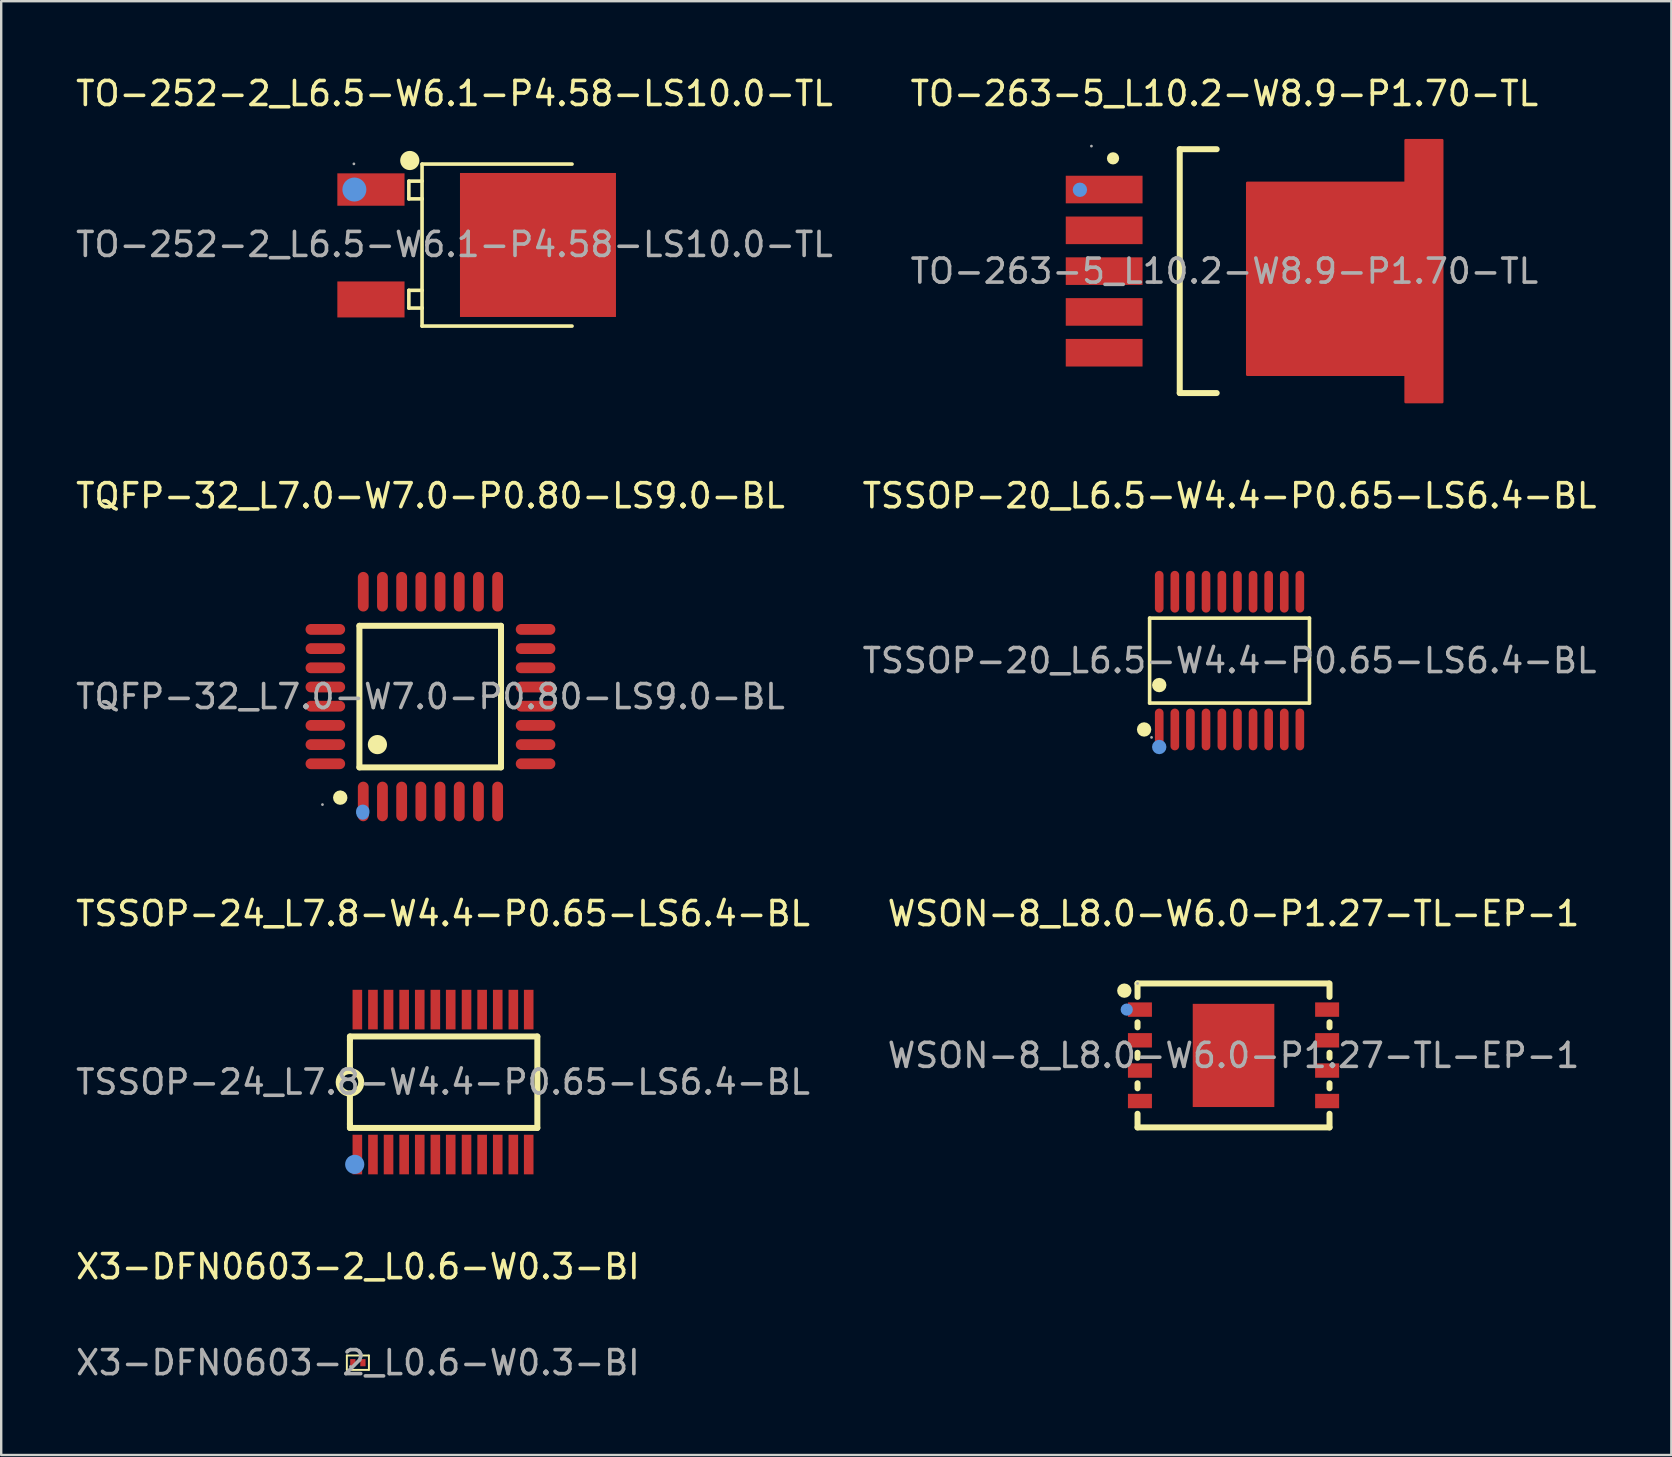
<source format=kicad_pcb>
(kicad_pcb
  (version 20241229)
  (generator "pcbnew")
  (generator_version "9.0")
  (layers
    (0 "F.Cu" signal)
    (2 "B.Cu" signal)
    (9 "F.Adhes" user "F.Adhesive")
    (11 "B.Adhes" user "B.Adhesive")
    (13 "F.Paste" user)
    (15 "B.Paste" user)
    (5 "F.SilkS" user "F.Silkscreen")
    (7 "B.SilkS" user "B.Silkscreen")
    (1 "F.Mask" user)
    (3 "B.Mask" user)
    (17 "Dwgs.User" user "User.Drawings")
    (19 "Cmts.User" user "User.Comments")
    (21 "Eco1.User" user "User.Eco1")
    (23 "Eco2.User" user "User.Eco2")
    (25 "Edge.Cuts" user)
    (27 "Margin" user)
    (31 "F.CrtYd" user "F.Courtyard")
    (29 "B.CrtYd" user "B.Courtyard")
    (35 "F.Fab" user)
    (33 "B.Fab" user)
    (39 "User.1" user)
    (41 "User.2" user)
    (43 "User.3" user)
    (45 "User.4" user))
  (footprint "TSSOP-20_L6.5-W4.4-P0.65-LS6.4-BL"
    (layer "F.Cu")
    (at 48.185 24.477)
    (property "Reference" "TSSOP-20_L6.5-W4.4-P0.65-LS6.4-BL" (at 0 -6.87 0) (layer "F.SilkS") (effects (font (size 1 1) (thickness 0.15))))
    (attr smd)
    (fp_line (start -3.33 -1.77) (end 3.33 -1.77) (stroke (width 0.15) (type solid)) (layer "F.SilkS"))
    (fp_line (start -3.33 1.77) (end -3.33 -1.77) (stroke (width 0.15) (type solid)) (layer "F.SilkS"))
    (fp_line (start 3.33 -1.77) (end 3.33 1.77) (stroke (width 0.15) (type solid)) (layer "F.SilkS"))
    (fp_line (start 3.33 1.77) (end -3.33 1.77) (stroke (width 0.15) (type solid)) (layer "F.SilkS"))
    (fp_circle (center -3.56 2.87) (end -3.41 2.87) (stroke (width 0.3) (type solid)) (fill no) (layer "F.SilkS"))
    (fp_circle (center -2.93 1.02) (end -2.78 1.02) (stroke (width 0.3) (type solid)) (fill no) (layer "F.SilkS"))
    (fp_circle (center -2.93 3.6) (end -2.78 3.6) (stroke (width 0.3) (type solid)) (fill no) (layer "Cmts.User"))
    (fp_circle (center -3.25 3.2) (end -3.22 3.2) (stroke (width 0.06) (type solid)) (fill no) (layer "F.Fab"))
    (fp_text user "${REFERENCE}" (at 0 0 0) (layer "F.Fab") (effects (font (size 1 1) (thickness 0.15))))
    (pad "1" smd oval (at -2.93 2.87) (size 0.36 1.74) (layers "F.Cu" "F.Mask" "F.Paste"))
    (pad "2" smd oval (at -2.28 2.87) (size 0.36 1.74) (layers "F.Cu" "F.Mask" "F.Paste"))
    (pad "3" smd oval (at -1.63 2.87) (size 0.36 1.74) (layers "F.Cu" "F.Mask" "F.Paste"))
    (pad "4" smd oval (at -0.98 2.87) (size 0.36 1.74) (layers "F.Cu" "F.Mask" "F.Paste"))
    (pad "5" smd oval (at -0.32 2.87) (size 0.36 1.74) (layers "F.Cu" "F.Mask" "F.Paste"))
    (pad "6" smd oval (at 0.33 2.87) (size 0.36 1.74) (layers "F.Cu" "F.Mask" "F.Paste"))
    (pad "7" smd oval (at 0.98 2.87) (size 0.36 1.74) (layers "F.Cu" "F.Mask" "F.Paste"))
    (pad "8" smd oval (at 1.63 2.87) (size 0.36 1.74) (layers "F.Cu" "F.Mask" "F.Paste"))
    (pad "9" smd oval (at 2.28 2.87) (size 0.36 1.74) (layers "F.Cu" "F.Mask" "F.Paste"))
    (pad "10" smd oval (at 2.93 2.87) (size 0.36 1.74) (layers "F.Cu" "F.Mask" "F.Paste"))
    (pad "11" smd oval (at 2.93 -2.87) (size 0.36 1.74) (layers "F.Cu" "F.Mask" "F.Paste"))
    (pad "12" smd oval (at 2.28 -2.87) (size 0.36 1.74) (layers "F.Cu" "F.Mask" "F.Paste"))
    (pad "13" smd oval (at 1.63 -2.87) (size 0.36 1.74) (layers "F.Cu" "F.Mask" "F.Paste"))
    (pad "14" smd oval (at 0.98 -2.87) (size 0.36 1.74) (layers "F.Cu" "F.Mask" "F.Paste"))
    (pad "15" smd oval (at 0.33 -2.87) (size 0.36 1.74) (layers "F.Cu" "F.Mask" "F.Paste"))
    (pad "16" smd oval (at -0.32 -2.87) (size 0.36 1.74) (layers "F.Cu" "F.Mask" "F.Paste"))
    (pad "17" smd oval (at -0.98 -2.87) (size 0.36 1.74) (layers "F.Cu" "F.Mask" "F.Paste"))
    (pad "18" smd oval (at -1.63 -2.87) (size 0.36 1.74) (layers "F.Cu" "F.Mask" "F.Paste"))
    (pad "19" smd oval (at -2.28 -2.87) (size 0.36 1.74) (layers "F.Cu" "F.Mask" "F.Paste"))
    (pad "20" smd oval (at -2.93 -2.87) (size 0.36 1.74) (layers "F.Cu" "F.Mask" "F.Paste")))
  (footprint "TSSOP-24_L7.8-W4.4-P0.65-LS6.4-BL"
    (layer "F.Cu")
    (at 15.411 42.04)
    (property "Reference" "TSSOP-24_L7.8-W4.4-P0.65-LS6.4-BL" (at 0 -7.02 0) (layer "F.SilkS") (effects (font (size 1 1) (thickness 0.15))))
    (attr smd)
    (fp_line (start -3.88 -1.9) (end 3.93 -1.9) (stroke (width 0.25) (type solid)) (layer "F.SilkS"))
    (fp_line (start -3.88 -1.75) (end -3.88 -1.9) (stroke (width 0.25) (type solid)) (layer "F.SilkS"))
    (fp_line (start -3.88 -0.48) (end -3.88 -1.75) (stroke (width 0.25) (type solid)) (layer "F.SilkS"))
    (fp_line (start -3.88 1.75) (end -3.88 0.48) (stroke (width 0.25) (type solid)) (layer "F.SilkS"))
    (fp_line (start -3.88 1.75) (end -3.88 1.91) (stroke (width 0.25) (type solid)) (layer "F.SilkS"))
    (fp_line (start -3.88 1.91) (end 3.93 1.91) (stroke (width 0.25) (type solid)) (layer "F.SilkS"))
    (fp_line (start 3.93 -1.9) (end 3.93 1.91) (stroke (width 0.25) (type solid)) (layer "F.SilkS"))
    (fp_arc (start -3.888203 0.479928) (mid -3.875898 -0.459982) (end -3.88 0.48) (stroke (width 0.25) (type solid)) (layer "F.SilkS"))
    (fp_circle (center -3.68 3.43) (end -3.48 3.43) (stroke (width 0.4) (type solid)) (fill no) (layer "Cmts.User"))
    (fp_circle (center -3.9 3.19) (end -3.87 3.19) (stroke (width 0.06) (type solid)) (fill no) (layer "F.Fab"))
    (fp_text user "${REFERENCE}" (at 0 0 0) (layer "F.Fab") (effects (font (size 1 1) (thickness 0.15))))
    (pad "1" smd rect (at -3.57 3.02) (size 0.4 1.65) (layers "F.Cu" "F.Mask" "F.Paste"))
    (pad "2" smd rect (at -2.92 3.02) (size 0.4 1.65) (layers "F.Cu" "F.Mask" "F.Paste"))
    (pad "3" smd rect (at -2.27 3.02) (size 0.4 1.65) (layers "F.Cu" "F.Mask" "F.Paste"))
    (pad "4" smd rect (at -1.62 3.02) (size 0.4 1.65) (layers "F.Cu" "F.Mask" "F.Paste"))
    (pad "5" smd rect (at -0.97 3.02) (size 0.4 1.65) (layers "F.Cu" "F.Mask" "F.Paste"))
    (pad "6" smd rect (at -0.32 3.02) (size 0.4 1.65) (layers "F.Cu" "F.Mask" "F.Paste"))
    (pad "7" smd rect (at 0.32 3.02) (size 0.4 1.65) (layers "F.Cu" "F.Mask" "F.Paste"))
    (pad "8" smd rect (at 0.98 3.02) (size 0.4 1.65) (layers "F.Cu" "F.Mask" "F.Paste"))
    (pad "9" smd rect (at 1.63 3.02) (size 0.4 1.65) (layers "F.Cu" "F.Mask" "F.Paste"))
    (pad "10" smd rect (at 2.28 3.02) (size 0.4 1.65) (layers "F.Cu" "F.Mask" "F.Paste"))
    (pad "11" smd rect (at 2.93 3.02) (size 0.4 1.65) (layers "F.Cu" "F.Mask" "F.Paste"))
    (pad "12" smd rect (at 3.57 3.02) (size 0.4 1.65) (layers "F.Cu" "F.Mask" "F.Paste"))
    (pad "13" smd rect (at 3.57 -3.02) (size 0.4 1.65) (layers "F.Cu" "F.Mask" "F.Paste"))
    (pad "14" smd rect (at 2.93 -3.02) (size 0.4 1.65) (layers "F.Cu" "F.Mask" "F.Paste"))
    (pad "15" smd rect (at 2.28 -3.02) (size 0.4 1.65) (layers "F.Cu" "F.Mask" "F.Paste"))
    (pad "16" smd rect (at 1.63 -3.02) (size 0.4 1.65) (layers "F.Cu" "F.Mask" "F.Paste"))
    (pad "17" smd rect (at 0.98 -3.02) (size 0.4 1.65) (layers "F.Cu" "F.Mask" "F.Paste"))
    (pad "18" smd rect (at 0.32 -3.02) (size 0.4 1.65) (layers "F.Cu" "F.Mask" "F.Paste"))
    (pad "19" smd rect (at -0.32 -3.02) (size 0.4 1.65) (layers "F.Cu" "F.Mask" "F.Paste"))
    (pad "20" smd rect (at -0.97 -3.02) (size 0.4 1.65) (layers "F.Cu" "F.Mask" "F.Paste"))
    (pad "21" smd rect (at -1.62 -3.02) (size 0.4 1.65) (layers "F.Cu" "F.Mask" "F.Paste"))
    (pad "22" smd rect (at -2.27 -3.02) (size 0.4 1.65) (layers "F.Cu" "F.Mask" "F.Paste"))
    (pad "23" smd rect (at -2.92 -3.02) (size 0.4 1.65) (layers "F.Cu" "F.Mask" "F.Paste"))
    (pad "24" smd rect (at -3.57 -3.02) (size 0.4 1.65) (layers "F.Cu" "F.Mask" "F.Paste")))
  (footprint "WSON-8_L8.0-W6.0-P1.27-TL-EP-1"
    (layer "F.Cu")
    (at 48.351 40.93)
    (property "Reference" "WSON-8_L8.0-W6.0-P1.27-TL-EP-1" (at 0 -5.91 0) (layer "F.SilkS") (effects (font (size 1 1) (thickness 0.15))))
    (attr smd)
    (fp_line (start -4 -3) (end 3.96 -3) (stroke (width 0.25) (type solid)) (layer "F.SilkS"))
    (fp_line (start -4 -2.44) (end -4 -3) (stroke (width 0.25) (type solid)) (layer "F.SilkS"))
    (fp_line (start -4 -1.17) (end -4 -1.38) (stroke (width 0.25) (type solid)) (layer "F.SilkS"))
    (fp_line (start -4 0.1) (end -4 -0.11) (stroke (width 0.25) (type solid)) (layer "F.SilkS"))
    (fp_line (start -4 1.37) (end -4 1.16) (stroke (width 0.25) (type solid)) (layer "F.SilkS"))
    (fp_line (start -4 3) (end -4 2.43) (stroke (width 0.25) (type solid)) (layer "F.SilkS"))
    (fp_line (start 4 -3) (end 4 -2.44) (stroke (width 0.25) (type solid)) (layer "F.SilkS"))
    (fp_line (start 4 -1.38) (end 4 -1.17) (stroke (width 0.25) (type solid)) (layer "F.SilkS"))
    (fp_line (start 4 -0.11) (end 4 0.1) (stroke (width 0.25) (type solid)) (layer "F.SilkS"))
    (fp_line (start 4 1.16) (end 4 1.37) (stroke (width 0.25) (type solid)) (layer "F.SilkS"))
    (fp_line (start 4 2.43) (end 4 3) (stroke (width 0.25) (type solid)) (layer "F.SilkS"))
    (fp_line (start 4 3) (end -4 3) (stroke (width 0.25) (type solid)) (layer "F.SilkS"))
    (fp_circle (center -4.55 -2.7) (end -4.4 -2.7) (stroke (width 0.3) (type solid)) (fill no) (layer "F.SilkS"))
    (fp_circle (center -4.45 -1.91) (end -4.32 -1.91) (stroke (width 0.25) (type solid)) (fill no) (layer "Cmts.User"))
    (fp_circle (center -4 -3) (end -3.97 -3) (stroke (width 0.06) (type solid)) (fill no) (layer "F.Fab"))
    (fp_text user "${REFERENCE}" (at 0 0 0) (layer "F.Fab") (effects (font (size 1 1) (thickness 0.15))))
    (pad "1" smd rect (at -3.9 -1.91 270) (size 0.6 1) (layers "F.Cu" "F.Mask" "F.Paste"))
    (pad "2" smd rect (at -3.9 -0.63 270) (size 0.6 1) (layers "F.Cu" "F.Mask" "F.Paste"))
    (pad "3" smd rect (at -3.9 0.63 270) (size 0.6 1) (layers "F.Cu" "F.Mask" "F.Paste"))
    (pad "4" smd rect (at -3.9 1.9 270) (size 0.6 1) (layers "F.Cu" "F.Mask" "F.Paste"))
    (pad "5" smd rect (at 3.9 1.9 90) (size 0.6 1) (layers "F.Cu" "F.Mask" "F.Paste"))
    (pad "6" smd rect (at 3.9 0.63 90) (size 0.6 1) (layers "F.Cu" "F.Mask" "F.Paste"))
    (pad "7" smd rect (at 3.9 -0.63 90) (size 0.6 1) (layers "F.Cu" "F.Mask" "F.Paste"))
    (pad "8" smd rect (at 3.9 -1.91 90) (size 0.6 1) (layers "F.Cu" "F.Mask" "F.Paste"))
    (pad "9" smd rect (at 0 0 90) (size 4.3 3.4) (layers "F.Cu" "F.Mask" "F.Paste")))
  (footprint "TO-263-5_L10.2-W8.9-P1.70-TL"
    (layer "F.Cu")
    (at 47.97 8.248)
    (property "Reference" "TO-263-5_L10.2-W8.9-P1.70-TL" (at 0 -7.4 0) (layer "F.SilkS") (effects (font (size 1 1) (thickness 0.15))))
    (attr smd)
    (fp_line (start -1.86 -5.08) (end -0.32 -5.08) (stroke (width 0.25) (type solid)) (layer "F.SilkS"))
    (fp_line (start -1.86 5.08) (end -1.86 -5.08) (stroke (width 0.25) (type solid)) (layer "F.SilkS"))
    (fp_line (start -0.32 5.08) (end -1.86 5.08) (stroke (width 0.25) (type solid)) (layer "F.SilkS"))
    (fp_circle (center -4.64 -4.7) (end -4.51 -4.7) (stroke (width 0.25) (type solid)) (fill no) (layer "F.SilkS"))
    (fp_circle (center -6.02 -3.39) (end -5.87 -3.39) (stroke (width 0.3) (type solid)) (fill no) (layer "Cmts.User"))
    (fp_circle (center -5.54 -5.21) (end -5.51 -5.21) (stroke (width 0.06) (type solid)) (fill no) (layer "F.Fab"))
    (fp_text user "${REFERENCE}" (at 0 0 0) (layer "F.Fab") (effects (font (size 1 1) (thickness 0.15))))
    (pad "1" smd rect (at -5.01 -3.4) (size 3.2 1.15) (layers "F.Cu" "F.Mask" "F.Paste"))
    (pad "2" smd rect (at -5.01 -1.7) (size 3.2 1.15) (layers "F.Cu" "F.Mask" "F.Paste"))
    (pad "3" smd rect (at -5.01 0) (size 3.2 1.15) (layers "F.Cu" "F.Mask" "F.Paste"))
    (pad "4" smd rect (at -5.01 1.7) (size 3.2 1.15) (layers "F.Cu" "F.Mask" "F.Paste"))
    (pad "5" smd rect (at -5.01 3.4) (size 3.2 1.15) (layers "F.Cu" "F.Mask" "F.Paste"))
    (pad "6" smd custom (at 5.01 0.32) (size 0.01 0.01) (layers "F.Cu" "F.Mask" "F.Paste") (options (anchor circle)) (primitives (gr_poly (pts (xy -4.06 -4) (xy 2.54 -4) (xy 2.54 -5.78) (xy 4.07 -5.78) (xy 4.07 5.14) (xy 2.54 5.14) (xy 2.54 4) (xy -4.06 4)) (width 0.1) (fill yes)))))
  (footprint "TQFP-32_L7.0-W7.0-P0.80-LS9.0-BL"
    (layer "F.Cu")
    (at 14.887 25.977)
    (property "Reference" "TQFP-32_L7.0-W7.0-P0.80-LS9.0-BL" (at 0 -8.37 0) (layer "F.SilkS") (effects (font (size 1 1) (thickness 0.15))))
    (attr smd)
    (fp_line (start -2.96 -2.95) (end -2.96 2.95) (stroke (width 0.25) (type solid)) (layer "F.SilkS"))
    (fp_line (start -2.96 2.95) (end 2.94 2.95) (stroke (width 0.25) (type solid)) (layer "F.SilkS"))
    (fp_line (start 2.94 -2.95) (end -2.96 -2.95) (stroke (width 0.25) (type solid)) (layer "F.SilkS"))
    (fp_line (start 2.94 2.95) (end 2.94 -2.95) (stroke (width 0.25) (type solid)) (layer "F.SilkS"))
    (fp_arc (start -3.75 4.06) (mid -3.764995 4.36025) (end -3.760016 4.059667) (stroke (width 0.3) (type solid)) (layer "F.SilkS"))
    (fp_arc (start -2.21 2) (mid -2.21 2) (end -2.21 2) (stroke (width 0.4) (type solid)) (layer "F.SilkS"))
    (fp_arc (start -2.970134 4.819495) (mid -2.819739 4.624758) (end -2.67 4.82) (stroke (width 0.25) (type solid)) (layer "Cmts.User"))
    (fp_arc (start -2.678555 4.825455) (mid -2.822822 5.005575) (end -2.96 4.82) (stroke (width 0.25) (type solid)) (layer "Cmts.User"))
    (fp_circle (center -2.82 4.83) (end -2.69 4.83) (stroke (width 0.25) (type solid)) (fill no) (layer "Cmts.User"))
    (fp_circle (center -4.5 4.5) (end -4.47 4.5) (stroke (width 0.06) (type solid)) (fill no) (layer "F.Fab"))
    (fp_text user "${REFERENCE}" (at 0 0 0) (layer "F.Fab") (effects (font (size 1 1) (thickness 0.15))))
    (pad "1" smd oval (at -2.8 4.37) (size 0.45 1.65) (layers "F.Cu" "F.Mask" "F.Paste"))
    (pad "2" smd oval (at -2 4.37) (size 0.45 1.65) (layers "F.Cu" "F.Mask" "F.Paste"))
    (pad "3" smd oval (at -1.2 4.37) (size 0.45 1.65) (layers "F.Cu" "F.Mask" "F.Paste"))
    (pad "4" smd oval (at -0.4 4.37) (size 0.45 1.65) (layers "F.Cu" "F.Mask" "F.Paste"))
    (pad "5" smd oval (at 0.4 4.37) (size 0.45 1.65) (layers "F.Cu" "F.Mask" "F.Paste"))
    (pad "6" smd oval (at 1.2 4.37) (size 0.45 1.65) (layers "F.Cu" "F.Mask" "F.Paste"))
    (pad "7" smd oval (at 2 4.37) (size 0.45 1.65) (layers "F.Cu" "F.Mask" "F.Paste"))
    (pad "8" smd oval (at 2.8 4.37) (size 0.45 1.65) (layers "F.Cu" "F.Mask" "F.Paste"))
    (pad "9" smd oval (at 4.38 2.8) (size 1.65 0.45) (layers "F.Cu" "F.Mask" "F.Paste"))
    (pad "10" smd oval (at 4.38 2) (size 1.65 0.45) (layers "F.Cu" "F.Mask" "F.Paste"))
    (pad "11" smd oval (at 4.38 1.2) (size 1.65 0.45) (layers "F.Cu" "F.Mask" "F.Paste"))
    (pad "12" smd oval (at 4.38 0.4) (size 1.65 0.45) (layers "F.Cu" "F.Mask" "F.Paste"))
    (pad "13" smd oval (at 4.38 -0.4) (size 1.65 0.45) (layers "F.Cu" "F.Mask" "F.Paste"))
    (pad "14" smd oval (at 4.38 -1.2) (size 1.65 0.45) (layers "F.Cu" "F.Mask" "F.Paste"))
    (pad "15" smd oval (at 4.38 -2) (size 1.65 0.45) (layers "F.Cu" "F.Mask" "F.Paste"))
    (pad "16" smd oval (at 4.38 -2.8) (size 1.65 0.45) (layers "F.Cu" "F.Mask" "F.Paste"))
    (pad "17" smd oval (at 2.8 -4.37) (size 0.45 1.65) (layers "F.Cu" "F.Mask" "F.Paste"))
    (pad "18" smd oval (at 2 -4.37) (size 0.45 1.65) (layers "F.Cu" "F.Mask" "F.Paste"))
    (pad "19" smd oval (at 1.2 -4.37) (size 0.45 1.65) (layers "F.Cu" "F.Mask" "F.Paste"))
    (pad "20" smd oval (at 0.4 -4.37) (size 0.45 1.65) (layers "F.Cu" "F.Mask" "F.Paste"))
    (pad "21" smd oval (at -0.4 -4.37) (size 0.45 1.65) (layers "F.Cu" "F.Mask" "F.Paste"))
    (pad "22" smd oval (at -1.2 -4.37) (size 0.45 1.65) (layers "F.Cu" "F.Mask" "F.Paste"))
    (pad "23" smd oval (at -2 -4.37) (size 0.45 1.65) (layers "F.Cu" "F.Mask" "F.Paste"))
    (pad "24" smd oval (at -2.8 -4.37) (size 0.45 1.65) (layers "F.Cu" "F.Mask" "F.Paste"))
    (pad "25" smd oval (at -4.38 -2.8) (size 1.65 0.45) (layers "F.Cu" "F.Mask" "F.Paste"))
    (pad "26" smd oval (at -4.38 -2) (size 1.65 0.45) (layers "F.Cu" "F.Mask" "F.Paste"))
    (pad "27" smd oval (at -4.38 -1.2) (size 1.65 0.45) (layers "F.Cu" "F.Mask" "F.Paste"))
    (pad "28" smd oval (at -4.38 -0.4) (size 1.65 0.45) (layers "F.Cu" "F.Mask" "F.Paste"))
    (pad "29" smd oval (at -4.38 0.4) (size 1.65 0.45) (layers "F.Cu" "F.Mask" "F.Paste"))
    (pad "30" smd oval (at -4.38 1.2) (size 1.65 0.45) (layers "F.Cu" "F.Mask" "F.Paste"))
    (pad "31" smd oval (at -4.38 2) (size 1.65 0.45) (layers "F.Cu" "F.Mask" "F.Paste"))
    (pad "32" smd oval (at -4.38 2.8) (size 1.65 0.45) (layers "F.Cu" "F.Mask" "F.Paste")))
  (footprint "TO-252-2_L6.5-W6.1-P4.58-LS10.0-TL"
    (layer "F.Cu")
    (at 15.887 7.138)
    (property "Reference" "TO-252-2_L6.5-W6.1-P4.58-LS10.0-TL" (at 0 -6.29 0) (layer "F.SilkS") (effects (font (size 1 1) (thickness 0.15))))
    (attr smd)
    (fp_line (start -1.9 -2.64) (end -1.9 -1.9) (stroke (width 0.15) (type solid)) (layer "F.SilkS"))
    (fp_line (start -1.9 -1.9) (end -1.35 -1.9) (stroke (width 0.15) (type solid)) (layer "F.SilkS"))
    (fp_line (start -1.9 1.91) (end -1.9 2.65) (stroke (width 0.15) (type solid)) (layer "F.SilkS"))
    (fp_line (start -1.9 2.65) (end -1.35 2.65) (stroke (width 0.15) (type solid)) (layer "F.SilkS"))
    (fp_line (start -1.35 -3.35) (end -1.35 3.4) (stroke (width 0.15) (type solid)) (layer "F.SilkS"))
    (fp_line (start -1.35 -2.64) (end -1.9 -2.64) (stroke (width 0.15) (type solid)) (layer "F.SilkS"))
    (fp_line (start -1.35 -1.9) (end -1.35 -1.91) (stroke (width 0.15) (type solid)) (layer "F.SilkS"))
    (fp_line (start -1.35 1.91) (end -1.9 1.91) (stroke (width 0.15) (type solid)) (layer "F.SilkS"))
    (fp_line (start -1.35 2.65) (end -1.35 2.64) (stroke (width 0.15) (type solid)) (layer "F.SilkS"))
    (fp_line (start 4.9 -3.35) (end -1.35 -3.35) (stroke (width 0.15) (type solid)) (layer "F.SilkS"))
    (fp_line (start 4.9 3.4) (end -1.35 3.4) (stroke (width 0.15) (type solid)) (layer "F.SilkS"))
    (fp_arc (start -1.86 -3.3) (mid -1.865009 -3.699937) (end -1.849986 -3.300251) (stroke (width 0.4) (type solid)) (layer "F.SilkS"))
    (fp_circle (center -4.17 -2.29) (end -3.92 -2.29) (stroke (width 0.5) (type solid)) (fill no) (layer "Cmts.User"))
    (fp_circle (center -4.19 -3.36) (end -4.16 -3.36) (stroke (width 0.06) (type solid)) (fill no) (layer "F.Fab"))
    (fp_text user "${REFERENCE}" (at 0 0 0) (layer "F.Fab") (effects (font (size 1 1) (thickness 0.15))))
    (pad "1" smd rect (at -3.48 -2.29) (size 2.8 1.35) (layers "F.Cu" "F.Mask" "F.Paste"))
    (pad "3" smd rect (at -3.48 2.29) (size 2.8 1.5) (layers "F.Cu" "F.Mask" "F.Paste"))
    (pad "4" smd rect (at 3.48 0.02) (size 6.5 6) (layers "F.Cu" "F.Mask" "F.Paste")))
  (footprint "X3-DFN0603-2_L0.6-W0.3-BI"
    (layer "F.Cu")
    (at 11.863 53.733)
    (property "Reference" "X3-DFN0603-2_L0.6-W0.3-BI" (at 0 -4 0) (layer "F.SilkS") (effects (font (size 1 1) (thickness 0.15))))
    (attr smd)
    (fp_line (start -0.46 -0.3) (end -0.46 0.3) (stroke (width 0.08) (type solid)) (layer "F.SilkS"))
    (fp_line (start -0.46 -0.3) (end 0.46 -0.3) (stroke (width 0.08) (type solid)) (layer "F.SilkS"))
    (fp_line (start -0.46 0.3) (end 0.46 0.3) (stroke (width 0.08) (type solid)) (layer "F.SilkS"))
    (fp_line (start 0.46 -0.3) (end 0.46 0.3) (stroke (width 0.08) (type solid)) (layer "F.SilkS"))
    (fp_circle (center -0.31 0.16) (end -0.28 0.16) (stroke (width 0.06) (type solid)) (fill no) (layer "F.Fab"))
    (fp_text user "${REFERENCE}" (at 0 0 0) (layer "F.Fab") (effects (font (size 1 1) (thickness 0.15))))
    (pad "1" smd rect (at -0.21 0 180) (size 0.22 0.3) (layers "F.Cu" "F.Mask" "F.Paste"))
    (pad "2" smd rect (at 0.21 0 180) (size 0.22 0.3) (layers "F.Cu" "F.Mask" "F.Paste")))
  (gr_rect
    (start -3 -3)
    (end 66.595 57.581)
    (stroke (width 0.1) (type default))
    (fill no)
    (layer "Edge.Cuts")))
</source>
